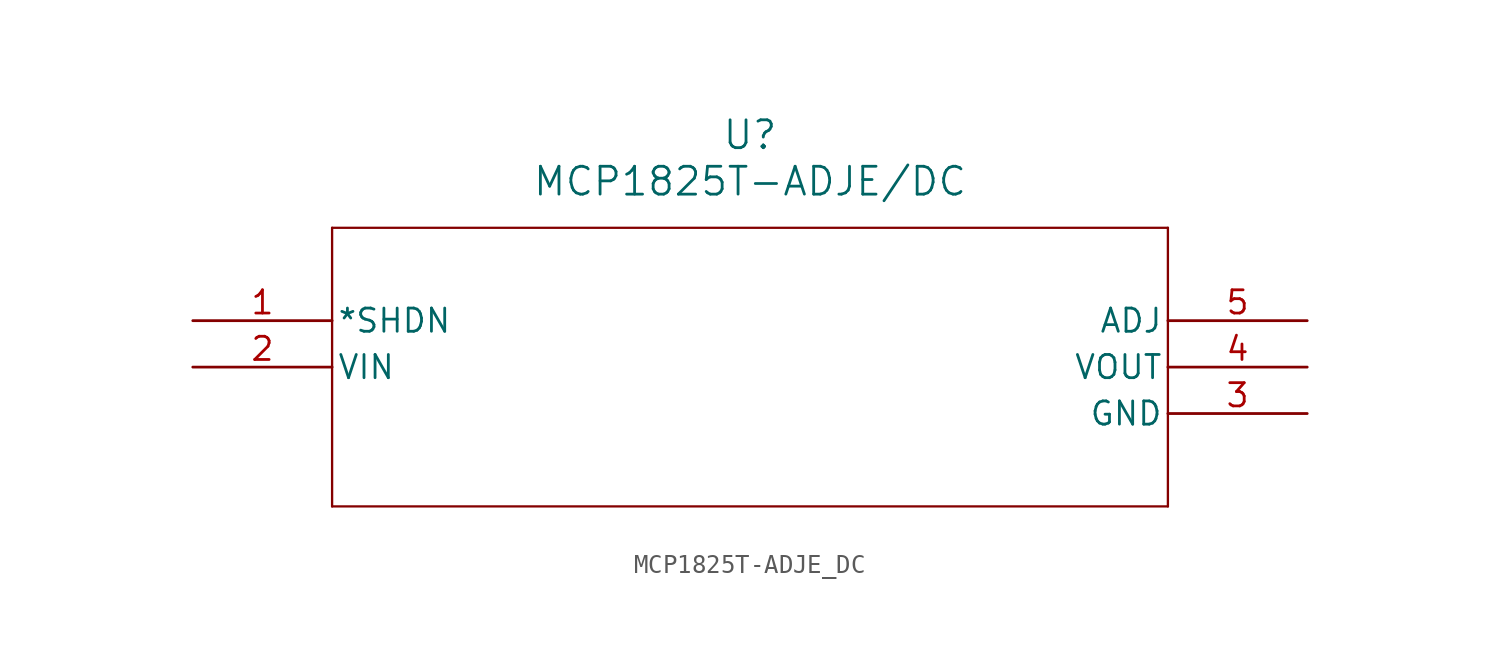
<source format=kicad_sym>
(kicad_symbol_lib
  (version 20211014)
  (generator kicad_symbol_editor)
  (symbol "MCP1825T-ADJE_DC"
    (pin_names
      (offset 0.254))
    (property "Reference" "U"
      (at 30.48 10.16 0)
      (effects (font (size 1.524 1.524))))
    (property "Value" "MCP1825T-ADJE/DC"
      (at 30.48 7.62 0)
      (effects (font (size 1.524 1.524))))
    (symbol "MCP1825T-ADJE_DC_0_1"
      (polyline (pts (xy 7.62 5.08) (xy 7.62 -10.16)) (stroke (width 0.127) (type default) (color 0 0 0 0)) (fill (type none)))
      (polyline (pts (xy 7.62 -10.16) (xy 53.34 -10.16)) (stroke (width 0.127) (type default) (color 0 0 0 0)) (fill (type none)))
      (polyline (pts (xy 53.34 -10.16) (xy 53.34 5.08)) (stroke (width 0.127) (type default) (color 0 0 0 0)) (fill (type none)))
      (polyline (pts (xy 53.34 5.08) (xy 7.62 5.08)) (stroke (width 0.127) (type default) (color 0 0 0 0)) (fill (type none)))
      (pin unspecified line (at 0 0 0) (length 7.62) (name "*SHDN" (effects (font (size 1.27 1.27)))) (number "1" (effects (font (size 1.27 1.27)))))
      (pin unspecified line (at 0 -2.54 0) (length 7.62) (name "VIN" (effects (font (size 1.27 1.27)))) (number "2" (effects (font (size 1.27 1.27)))))
      (pin unspecified line (at 60.96 -5.08 180) (length 7.62) (name "GND" (effects (font (size 1.27 1.27)))) (number "3" (effects (font (size 1.27 1.27)))))
      (pin unspecified line (at 60.96 -2.54 180) (length 7.62) (name "VOUT" (effects (font (size 1.27 1.27)))) (number "4" (effects (font (size 1.27 1.27)))))
      (pin unspecified line (at 60.96 0 180) (length 7.62) (name "ADJ" (effects (font (size 1.27 1.27)))) (number "5" (effects (font (size 1.27 1.27))))))))
</source>
